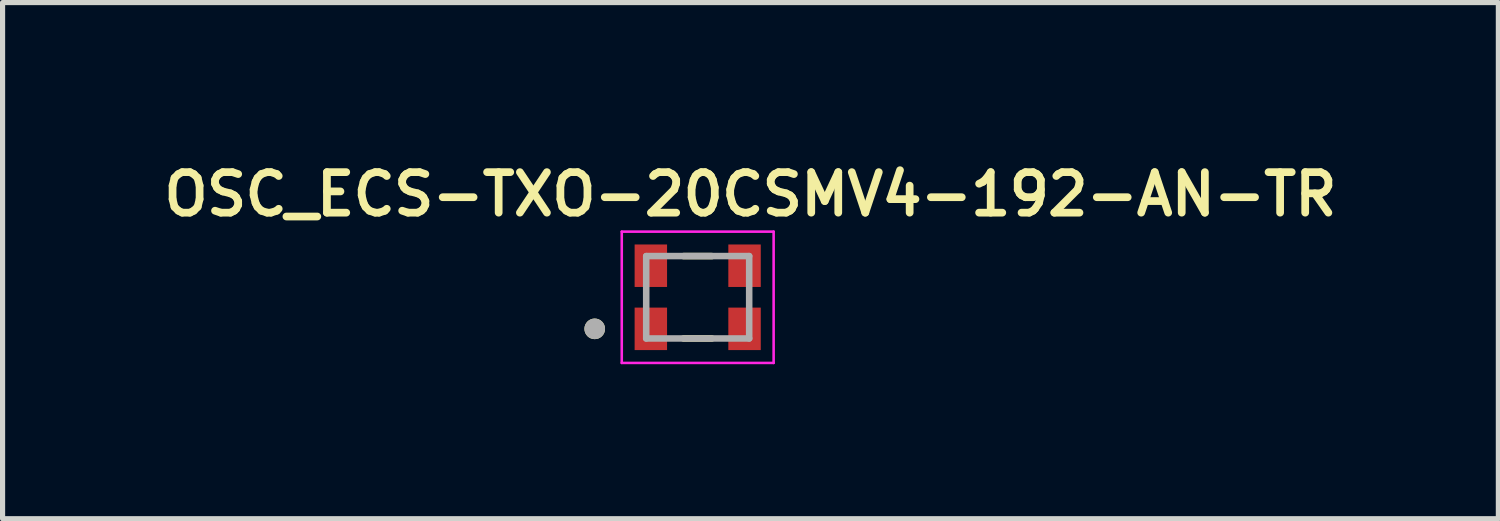
<source format=kicad_pcb>
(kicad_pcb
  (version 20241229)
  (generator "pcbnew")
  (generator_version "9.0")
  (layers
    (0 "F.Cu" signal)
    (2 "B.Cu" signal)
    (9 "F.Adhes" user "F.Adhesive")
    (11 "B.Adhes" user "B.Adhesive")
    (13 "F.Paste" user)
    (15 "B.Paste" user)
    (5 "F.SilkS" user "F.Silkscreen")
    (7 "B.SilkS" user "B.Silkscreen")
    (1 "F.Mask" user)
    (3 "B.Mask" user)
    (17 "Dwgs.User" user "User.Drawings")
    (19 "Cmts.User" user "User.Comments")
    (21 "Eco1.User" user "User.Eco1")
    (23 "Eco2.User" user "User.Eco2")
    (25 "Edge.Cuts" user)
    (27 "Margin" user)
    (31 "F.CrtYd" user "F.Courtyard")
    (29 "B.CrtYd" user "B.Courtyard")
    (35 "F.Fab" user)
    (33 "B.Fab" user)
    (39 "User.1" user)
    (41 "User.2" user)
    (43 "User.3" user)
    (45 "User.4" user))
  (footprint "OSC_ECS-TXO-20CSMV4-192-AN-TR"
    (layer "F.Cu")
    (at 10.501 2.724)
    (property "Reference" "OSC_ECS-TXO-20CSMV4-192-AN-TR" (at 1.025 -2 0) (layer "F.SilkS") (effects (font (size 0.787 0.787) (thickness 0.15))))
    (attr smd)
    (fp_line (start -0.275 -0.8) (end 0.275 -0.8) (stroke (width 0.127) (type solid)) (layer "F.SilkS"))
    (fp_line (start 0.275 0.8) (end -0.275 0.8) (stroke (width 0.127) (type solid)) (layer "F.SilkS"))
    (fp_circle (center -2 0.613) (end -1.9 0.613) (stroke (width 0.2) (type solid)) (fill no) (layer "F.SilkS"))
    (fp_line (start -1.475 -1.275) (end -1.475 1.275) (stroke (width 0.05) (type solid)) (layer "F.CrtYd"))
    (fp_line (start -1.475 1.275) (end 1.475 1.275) (stroke (width 0.05) (type solid)) (layer "F.CrtYd"))
    (fp_line (start 1.475 -1.275) (end -1.475 -1.275) (stroke (width 0.05) (type solid)) (layer "F.CrtYd"))
    (fp_line (start 1.475 1.275) (end 1.475 -1.275) (stroke (width 0.05) (type solid)) (layer "F.CrtYd"))
    (fp_line (start -1 -0.8) (end 1 -0.8) (stroke (width 0.127) (type solid)) (layer "F.Fab"))
    (fp_line (start -1 0.8) (end -1 -0.8) (stroke (width 0.127) (type solid)) (layer "F.Fab"))
    (fp_line (start 1 -0.8) (end 1 0.8) (stroke (width 0.127) (type solid)) (layer "F.Fab"))
    (fp_line (start 1 0.8) (end -1 0.8) (stroke (width 0.127) (type solid)) (layer "F.Fab"))
    (fp_circle (center -2 0.613) (end -1.9 0.613) (stroke (width 0.2) (type solid)) (fill no) (layer "F.Fab"))
    (pad "1" smd rect (at -0.91 0.613) (size 0.63 0.825) (layers "F.Cu" "F.Mask" "F.Paste"))
    (pad "2" smd rect (at 0.91 0.613) (size 0.63 0.825) (layers "F.Cu" "F.Mask" "F.Paste"))
    (pad "3" smd rect (at 0.91 -0.613) (size 0.63 0.825) (layers "F.Cu" "F.Mask" "F.Paste"))
    (pad "4" smd rect (at -0.91 -0.613) (size 0.63 0.825) (layers "F.Cu" "F.Mask" "F.Paste")))
  (gr_rect
    (start -3 -3)
    (end 26.052 7.024)
    (stroke (width 0.1) (type default))
    (fill no)
    (layer "Edge.Cuts")))
</source>
